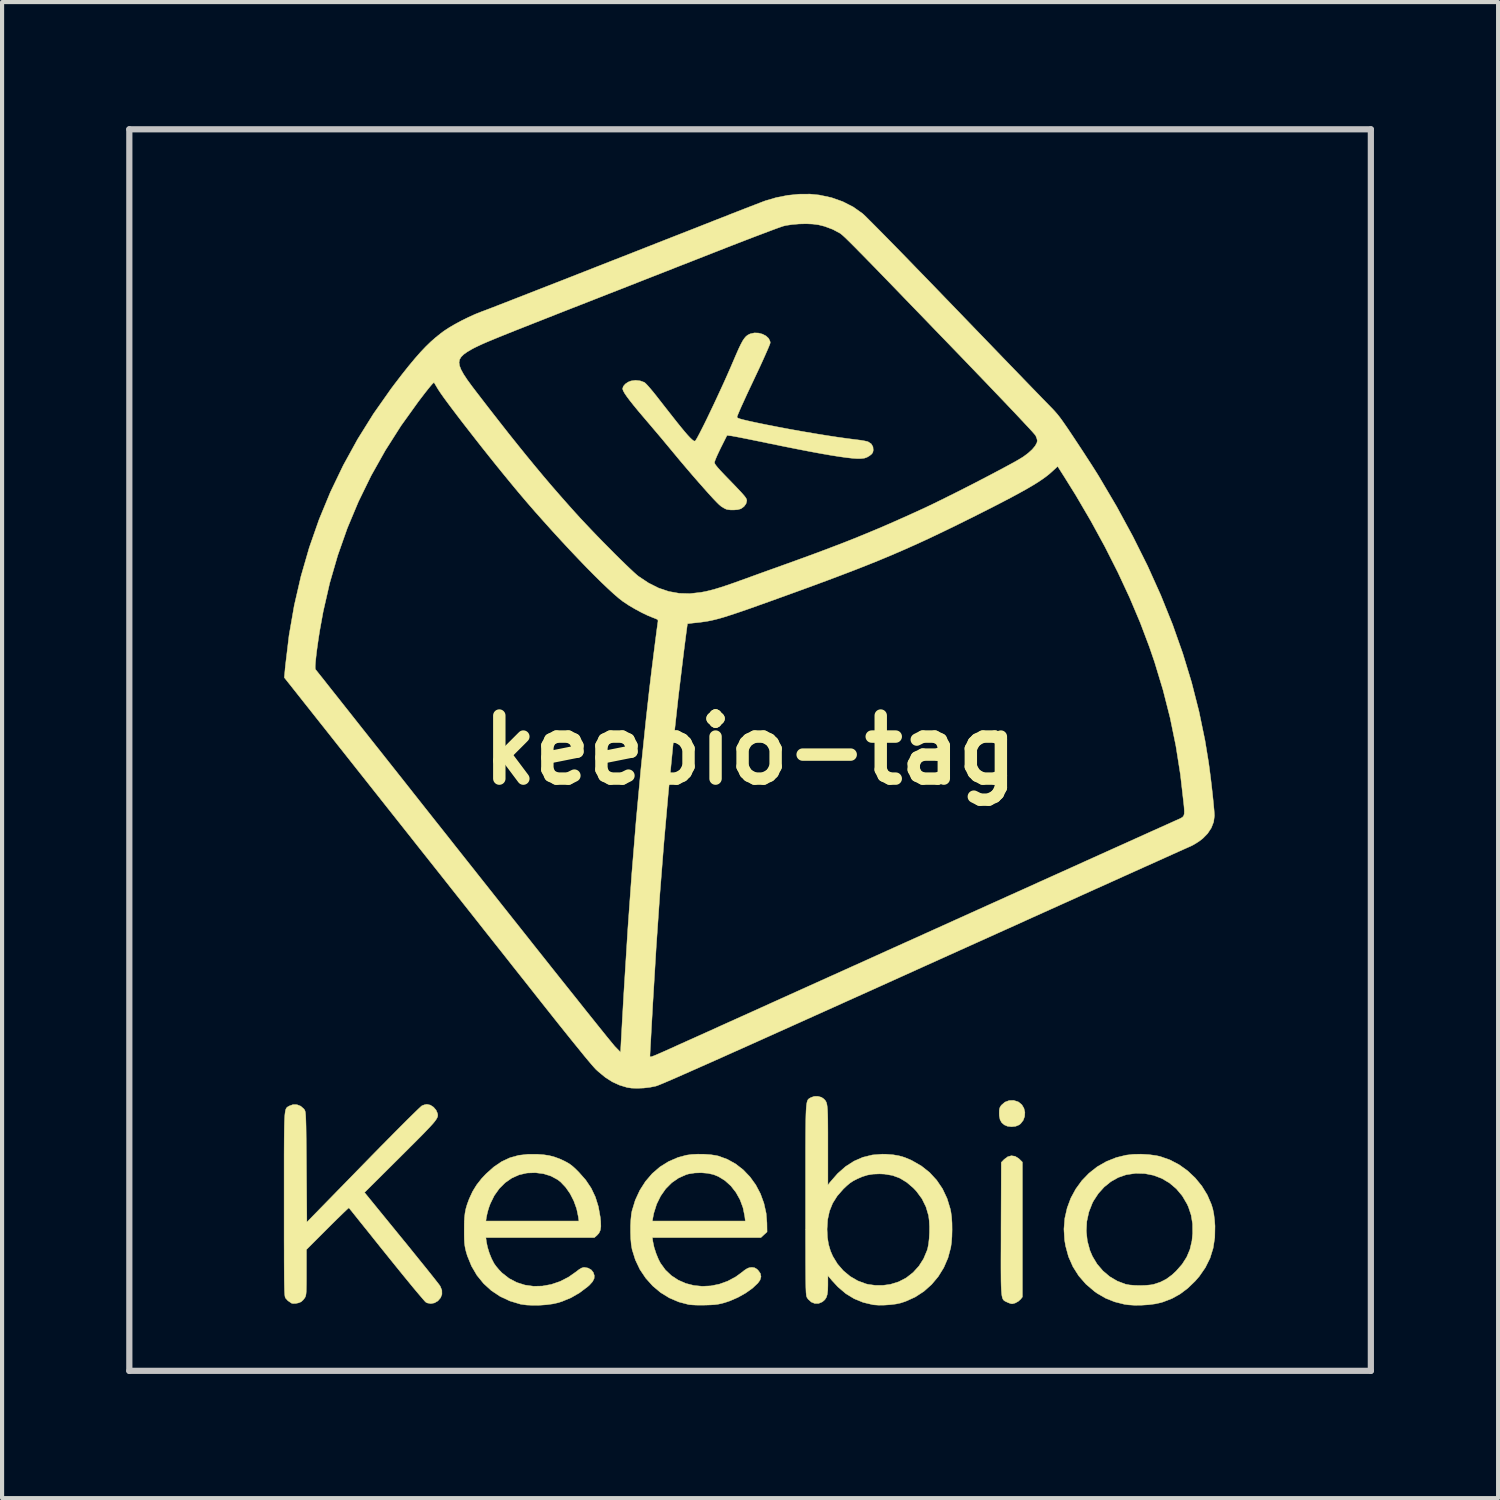
<source format=kicad_pcb>
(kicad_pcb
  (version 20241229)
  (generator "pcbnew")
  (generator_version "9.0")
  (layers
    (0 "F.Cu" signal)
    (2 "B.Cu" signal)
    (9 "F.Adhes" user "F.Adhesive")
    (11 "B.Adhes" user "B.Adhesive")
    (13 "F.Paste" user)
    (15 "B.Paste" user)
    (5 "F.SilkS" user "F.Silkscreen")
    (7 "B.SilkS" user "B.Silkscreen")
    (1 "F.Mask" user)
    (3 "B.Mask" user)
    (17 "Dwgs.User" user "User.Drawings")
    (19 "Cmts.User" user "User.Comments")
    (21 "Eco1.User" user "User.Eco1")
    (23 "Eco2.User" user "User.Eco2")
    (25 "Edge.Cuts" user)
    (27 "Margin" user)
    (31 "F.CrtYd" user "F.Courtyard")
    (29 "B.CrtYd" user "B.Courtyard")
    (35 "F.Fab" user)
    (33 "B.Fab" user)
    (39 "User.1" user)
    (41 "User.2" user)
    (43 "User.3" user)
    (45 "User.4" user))
  (footprint "keebio-tag"
    (layer "F.Cu")
    (at 15.075 15.075)
    (property "Reference" "keebio-tag" (at 0 0 0) (layer "F.SilkS") (effects (font (size 1.524 1.524) (thickness 0.3))))
    (attr through_hole)
    (fp_poly (pts (xy 6.475 8.498) (xy 6.49 8.506) (xy 6.567 8.57) (xy 6.617 8.655) (xy 6.64 8.752) (xy 6.634 8.852) (xy 6.6 8.946) (xy 6.538 9.026) (xy 6.502 9.055) (xy 6.418 9.09) (xy 6.318 9.101) (xy 6.219 9.089) (xy 6.144 9.057) (xy 6.08 9.002) (xy 6.041 8.932) (xy 6.022 8.838) (xy 6.02 8.773) (xy 6.022 8.696) (xy 6.033 8.645) (xy 6.055 8.604) (xy 6.074 8.579) (xy 6.159 8.506) (xy 6.26 8.468) (xy 6.368 8.464) (xy 6.475 8.498)) (stroke (width 0.01) (type solid)) (fill yes) (layer "F.SilkS"))
    (fp_poly (pts (xy 6.403 9.815) (xy 6.491 9.869) (xy 6.513 9.889) (xy 6.58 9.956) (xy 6.58 13.215) (xy 6.537 13.27) (xy 6.48 13.321) (xy 6.407 13.361) (xy 6.336 13.38) (xy 6.326 13.38) (xy 6.287 13.371) (xy 6.23 13.35) (xy 6.208 13.339) (xy 6.181 13.327) (xy 6.158 13.315) (xy 6.139 13.302) (xy 6.121 13.285) (xy 6.107 13.262) (xy 6.095 13.229) (xy 6.085 13.184) (xy 6.078 13.124) (xy 6.072 13.048) (xy 6.067 12.952) (xy 6.064 12.833) (xy 6.063 12.69) (xy 6.062 12.52) (xy 6.062 12.319) (xy 6.063 12.086) (xy 6.064 11.817) (xy 6.064 11.556) (xy 6.07 9.962) (xy 6.139 9.891) (xy 6.224 9.827) (xy 6.313 9.802) (xy 6.403 9.815)) (stroke (width 0.01) (type solid)) (fill yes) (layer "F.SilkS"))
    (fp_poly (pts (xy 9.639 9.775) (xy 9.82 9.8) (xy 9.91 9.82) (xy 10.144 9.902) (xy 10.366 10.018) (xy 10.571 10.165) (xy 10.757 10.34) (xy 10.917 10.536) (xy 11.049 10.751) (xy 11.148 10.981) (xy 11.182 11.094) (xy 11.205 11.209) (xy 11.223 11.35) (xy 11.234 11.5) (xy 11.229 11.777) (xy 11.189 12.035) (xy 11.114 12.277) (xy 11.002 12.503) (xy 10.854 12.717) (xy 10.753 12.833) (xy 10.574 13.005) (xy 10.392 13.142) (xy 10.197 13.251) (xy 9.98 13.335) (xy 9.926 13.351) (xy 9.793 13.381) (xy 9.634 13.402) (xy 9.463 13.413) (xy 9.293 13.415) (xy 9.138 13.405) (xy 9.047 13.392) (xy 8.808 13.332) (xy 8.593 13.246) (xy 8.392 13.13) (xy 8.32 13.079) (xy 8.114 12.903) (xy 7.941 12.704) (xy 7.801 12.483) (xy 7.694 12.241) (xy 7.623 11.979) (xy 7.6 11.84) (xy 7.587 11.627) (xy 8.124 11.627) (xy 8.149 11.86) (xy 8.211 12.088) (xy 8.271 12.23) (xy 8.384 12.418) (xy 8.525 12.583) (xy 8.69 12.723) (xy 8.873 12.831) (xy 9.069 12.905) (xy 9.08 12.908) (xy 9.174 12.925) (xy 9.295 12.935) (xy 9.428 12.938) (xy 9.559 12.934) (xy 9.677 12.923) (xy 9.751 12.91) (xy 9.914 12.856) (xy 10.059 12.782) (xy 10.197 12.68) (xy 10.292 12.592) (xy 10.44 12.424) (xy 10.551 12.25) (xy 10.629 12.064) (xy 10.677 11.858) (xy 10.694 11.679) (xy 10.692 11.449) (xy 10.658 11.238) (xy 10.591 11.038) (xy 10.56 10.97) (xy 10.444 10.772) (xy 10.301 10.602) (xy 10.135 10.461) (xy 9.95 10.351) (xy 9.75 10.275) (xy 9.538 10.233) (xy 9.318 10.227) (xy 9.094 10.26) (xy 9.085 10.262) (xy 8.897 10.327) (xy 8.719 10.427) (xy 8.556 10.558) (xy 8.414 10.716) (xy 8.297 10.895) (xy 8.273 10.94) (xy 8.186 11.162) (xy 8.136 11.392) (xy 8.124 11.627) (xy 7.587 11.627) (xy 7.584 11.573) (xy 7.605 11.313) (xy 7.662 11.063) (xy 7.75 10.826) (xy 7.87 10.605) (xy 8.017 10.403) (xy 8.191 10.223) (xy 8.388 10.068) (xy 8.608 9.942) (xy 8.847 9.846) (xy 9.084 9.788) (xy 9.255 9.768) (xy 9.446 9.764) (xy 9.639 9.775)) (stroke (width 0.01) (type solid)) (fill yes) (layer "F.SilkS"))
    (fp_poly (pts (xy -1.104 9.766) (xy -0.95 9.777) (xy -0.816 9.798) (xy -0.77 9.808) (xy -0.552 9.887) (xy -0.35 9.999) (xy -0.166 10.142) (xy -0.003 10.312) (xy 0.137 10.506) (xy 0.25 10.72) (xy 0.334 10.95) (xy 0.388 11.193) (xy 0.407 11.426) (xy 0.41 11.643) (xy 0.335 11.711) (xy 0.261 11.78) (xy -2.362 11.78) (xy -2.349 11.875) (xy -2.32 12.013) (xy -2.272 12.162) (xy -2.214 12.304) (xy -2.166 12.397) (xy -2.046 12.562) (xy -1.901 12.699) (xy -1.736 12.807) (xy -1.554 12.887) (xy -1.359 12.937) (xy -1.157 12.957) (xy -0.95 12.947) (xy -0.743 12.905) (xy -0.541 12.832) (xy -0.347 12.728) (xy -0.215 12.632) (xy -0.136 12.57) (xy -0.076 12.531) (xy -0.026 12.509) (xy 0.024 12.501) (xy 0.051 12.5) (xy 0.109 12.509) (xy 0.161 12.54) (xy 0.192 12.568) (xy 0.248 12.645) (xy 0.264 12.725) (xy 0.24 12.807) (xy 0.188 12.88) (xy 0.056 13.004) (xy -0.107 13.12) (xy -0.292 13.224) (xy -0.489 13.31) (xy -0.614 13.352) (xy -0.697 13.374) (xy -0.774 13.39) (xy -0.858 13.401) (xy -0.959 13.407) (xy -1.08 13.411) (xy -1.194 13.412) (xy -1.305 13.411) (xy -1.399 13.406) (xy -1.468 13.4) (xy -1.479 13.399) (xy -1.723 13.335) (xy -1.953 13.237) (xy -2.165 13.106) (xy -2.355 12.946) (xy -2.522 12.759) (xy -2.663 12.549) (xy -2.773 12.317) (xy -2.851 12.068) (xy -2.853 12.057) (xy -2.872 11.944) (xy -2.884 11.805) (xy -2.889 11.65) (xy -2.889 11.492) (xy -2.883 11.38) (xy -2.362 11.38) (xy -0.115 11.38) (xy -0.129 11.265) (xy -0.171 11.058) (xy -0.243 10.864) (xy -0.342 10.687) (xy -0.464 10.531) (xy -0.607 10.402) (xy -0.766 10.304) (xy -0.885 10.256) (xy -1.022 10.226) (xy -1.178 10.213) (xy -1.336 10.218) (xy -1.482 10.241) (xy -1.544 10.258) (xy -1.728 10.34) (xy -1.894 10.455) (xy -2.039 10.601) (xy -2.161 10.775) (xy -2.258 10.972) (xy -2.327 11.191) (xy -2.349 11.305) (xy -2.362 11.38) (xy -2.883 11.38) (xy -2.881 11.342) (xy -2.868 11.211) (xy -2.854 11.136) (xy -2.775 10.876) (xy -2.665 10.638) (xy -2.528 10.423) (xy -2.365 10.233) (xy -2.178 10.072) (xy -1.97 9.942) (xy -1.744 9.844) (xy -1.541 9.789) (xy -1.413 9.771) (xy -1.263 9.764) (xy -1.104 9.766)) (stroke (width 0.01) (type solid)) (fill yes) (layer "F.SilkS"))
    (fp_poly (pts (xy -5.151 9.766) (xy -4.988 9.778) (xy -4.851 9.799) (xy -4.726 9.832) (xy -4.598 9.879) (xy -4.5 9.924) (xy -4.421 9.965) (xy -4.353 10.007) (xy -4.288 10.057) (xy -4.214 10.124) (xy -4.14 10.198) (xy -3.973 10.387) (xy -3.84 10.585) (xy -3.739 10.798) (xy -3.666 11.031) (xy -3.62 11.289) (xy -3.61 11.385) (xy -3.606 11.508) (xy -3.619 11.601) (xy -3.652 11.673) (xy -3.703 11.729) (xy -3.763 11.78) (xy -6.385 11.78) (xy -6.371 11.885) (xy -6.345 12.011) (xy -6.302 12.152) (xy -6.247 12.288) (xy -6.188 12.403) (xy -6.139 12.472) (xy -6.073 12.551) (xy -6.002 12.626) (xy -5.991 12.636) (xy -5.823 12.767) (xy -5.638 12.864) (xy -5.44 12.927) (xy -5.232 12.956) (xy -5.02 12.951) (xy -4.805 12.912) (xy -4.593 12.84) (xy -4.388 12.735) (xy -4.211 12.611) (xy -4.134 12.552) (xy -4.076 12.517) (xy -4.029 12.502) (xy -4.005 12.5) (xy -3.914 12.516) (xy -3.837 12.561) (xy -3.79 12.619) (xy -3.764 12.697) (xy -3.769 12.77) (xy -3.808 12.846) (xy -3.881 12.927) (xy -3.924 12.965) (xy -4.123 13.115) (xy -4.325 13.232) (xy -4.542 13.322) (xy -4.634 13.352) (xy -4.762 13.381) (xy -4.915 13.402) (xy -5.082 13.414) (xy -5.249 13.416) (xy -5.404 13.409) (xy -5.534 13.391) (xy -5.55 13.388) (xy -5.806 13.311) (xy -6.041 13.201) (xy -6.253 13.06) (xy -6.44 12.889) (xy -6.601 12.691) (xy -6.732 12.467) (xy -6.833 12.219) (xy -6.863 12.118) (xy -6.88 12.049) (xy -6.892 11.982) (xy -6.901 11.91) (xy -6.906 11.824) (xy -6.908 11.714) (xy -6.908 11.6) (xy -6.907 11.436) (xy -6.904 11.38) (xy -6.385 11.38) (xy -4.136 11.38) (xy -4.151 11.275) (xy -4.191 11.083) (xy -4.259 10.895) (xy -4.348 10.72) (xy -4.456 10.565) (xy -4.577 10.437) (xy -4.65 10.38) (xy -4.809 10.294) (xy -4.99 10.237) (xy -5.185 10.212) (xy -5.389 10.219) (xy -5.395 10.22) (xy -5.582 10.263) (xy -5.758 10.342) (xy -5.919 10.454) (xy -6.061 10.596) (xy -6.182 10.766) (xy -6.277 10.959) (xy -6.307 11.04) (xy -6.334 11.127) (xy -6.356 11.214) (xy -6.37 11.283) (xy -6.371 11.285) (xy -6.385 11.38) (xy -6.904 11.38) (xy -6.901 11.301) (xy -6.888 11.187) (xy -6.868 11.084) (xy -6.838 10.981) (xy -6.797 10.869) (xy -6.787 10.843) (xy -6.705 10.665) (xy -6.607 10.506) (xy -6.486 10.352) (xy -6.38 10.24) (xy -6.193 10.073) (xy -6.003 9.944) (xy -5.804 9.851) (xy -5.592 9.792) (xy -5.361 9.766) (xy -5.151 9.766)) (stroke (width 0.01) (type solid)) (fill yes) (layer "F.SilkS"))
    (fp_poly (pts (xy -7.726 8.578) (xy -7.649 8.628) (xy -7.588 8.699) (xy -7.555 8.775) (xy -7.549 8.802) (xy -7.547 8.828) (xy -7.551 8.855) (xy -7.563 8.886) (xy -7.585 8.924) (xy -7.618 8.97) (xy -7.664 9.026) (xy -7.727 9.095) (xy -7.807 9.18) (xy -7.906 9.283) (xy -8.027 9.405) (xy -8.171 9.549) (xy -8.34 9.718) (xy -8.45 9.828) (xy -9.317 10.69) (xy -8.428 11.78) (xy -8.278 11.963) (xy -8.136 12.139) (xy -8.002 12.305) (xy -7.878 12.458) (xy -7.768 12.595) (xy -7.673 12.714) (xy -7.595 12.813) (xy -7.537 12.887) (xy -7.5 12.936) (xy -7.489 12.952) (xy -7.448 13.052) (xy -7.446 13.149) (xy -7.479 13.234) (xy -7.544 13.31) (xy -7.626 13.358) (xy -7.714 13.375) (xy -7.801 13.359) (xy -7.833 13.343) (xy -7.856 13.321) (xy -7.901 13.27) (xy -7.967 13.193) (xy -8.052 13.093) (xy -8.153 12.972) (xy -8.267 12.833) (xy -8.394 12.678) (xy -8.531 12.509) (xy -8.675 12.331) (xy -8.791 12.187) (xy -8.939 12.003) (xy -9.079 11.828) (xy -9.209 11.665) (xy -9.329 11.516) (xy -9.435 11.384) (xy -9.525 11.271) (xy -9.598 11.18) (xy -9.652 11.113) (xy -9.685 11.072) (xy -9.694 11.061) (xy -9.709 11.072) (xy -9.75 11.109) (xy -9.812 11.168) (xy -9.892 11.246) (xy -9.989 11.34) (xy -10.097 11.447) (xy -10.211 11.561) (xy -10.72 12.07) (xy -10.72 12.62) (xy -10.72 12.784) (xy -10.721 12.913) (xy -10.723 13.012) (xy -10.725 13.085) (xy -10.73 13.139) (xy -10.736 13.177) (xy -10.744 13.204) (xy -10.755 13.226) (xy -10.759 13.234) (xy -10.8 13.287) (xy -10.846 13.329) (xy -10.848 13.331) (xy -10.907 13.356) (xy -10.978 13.371) (xy -11.045 13.373) (xy -11.081 13.365) (xy -11.17 13.304) (xy -11.226 13.241) (xy -11.231 13.231) (xy -11.236 13.216) (xy -11.24 13.194) (xy -11.244 13.164) (xy -11.247 13.121) (xy -11.25 13.065) (xy -11.252 12.993) (xy -11.254 12.903) (xy -11.256 12.793) (xy -11.257 12.66) (xy -11.258 12.502) (xy -11.259 12.317) (xy -11.259 12.103) (xy -11.26 11.857) (xy -11.26 11.577) (xy -11.26 11.262) (xy -11.26 10.975) (xy -11.26 10.622) (xy -11.26 10.308) (xy -11.26 10.03) (xy -11.26 9.784) (xy -11.259 9.57) (xy -11.258 9.385) (xy -11.256 9.226) (xy -11.254 9.093) (xy -11.251 8.981) (xy -11.247 8.889) (xy -11.242 8.816) (xy -11.235 8.758) (xy -11.228 8.714) (xy -11.219 8.681) (xy -11.208 8.657) (xy -11.196 8.64) (xy -11.182 8.627) (xy -11.166 8.617) (xy -11.149 8.608) (xy -11.134 8.599) (xy -11.044 8.566) (xy -10.95 8.568) (xy -10.86 8.603) (xy -10.785 8.668) (xy -10.766 8.693) (xy -10.759 8.706) (xy -10.753 8.724) (xy -10.747 8.749) (xy -10.743 8.784) (xy -10.739 8.832) (xy -10.736 8.897) (xy -10.733 8.981) (xy -10.73 9.087) (xy -10.728 9.218) (xy -10.726 9.377) (xy -10.724 9.567) (xy -10.722 9.791) (xy -10.72 10.052) (xy -10.72 10.078) (xy -10.71 11.407) (xy -9.352 10.016) (xy -9.144 9.803) (xy -8.947 9.602) (xy -8.761 9.414) (xy -8.59 9.241) (xy -8.435 9.085) (xy -8.297 8.947) (xy -8.177 8.829) (xy -8.079 8.733) (xy -8.003 8.66) (xy -7.952 8.613) (xy -7.927 8.592) (xy -7.926 8.592) (xy -7.866 8.57) (xy -7.812 8.56) (xy -7.808 8.56) (xy -7.726 8.578)) (stroke (width 0.01) (type solid)) (fill yes) (layer "F.SilkS"))
    (fp_poly (pts (xy 1.722 8.389) (xy 1.773 8.422) (xy 1.797 8.445) (xy 1.817 8.467) (xy 1.833 8.493) (xy 1.847 8.525) (xy 1.857 8.568) (xy 1.865 8.625) (xy 1.871 8.699) (xy 1.875 8.794) (xy 1.878 8.914) (xy 1.879 9.061) (xy 1.88 9.241) (xy 1.88 9.455) (xy 1.88 9.554) (xy 1.88 10.51) (xy 1.934 10.44) (xy 2.115 10.233) (xy 2.306 10.064) (xy 2.51 9.933) (xy 2.725 9.839) (xy 2.954 9.783) (xy 3.197 9.764) (xy 3.29 9.766) (xy 3.457 9.779) (xy 3.601 9.804) (xy 3.735 9.843) (xy 3.875 9.901) (xy 3.91 9.918) (xy 4.137 10.048) (xy 4.338 10.207) (xy 4.509 10.393) (xy 4.651 10.603) (xy 4.761 10.837) (xy 4.839 11.092) (xy 4.852 11.157) (xy 4.869 11.279) (xy 4.879 11.429) (xy 4.881 11.591) (xy 4.877 11.754) (xy 4.866 11.903) (xy 4.849 12.02) (xy 4.782 12.271) (xy 4.68 12.506) (xy 4.547 12.721) (xy 4.386 12.913) (xy 4.2 13.079) (xy 3.99 13.216) (xy 3.76 13.32) (xy 3.639 13.36) (xy 3.528 13.384) (xy 3.393 13.401) (xy 3.249 13.411) (xy 3.111 13.413) (xy 2.994 13.405) (xy 2.97 13.402) (xy 2.733 13.346) (xy 2.515 13.257) (xy 2.312 13.133) (xy 2.123 12.972) (xy 1.977 12.814) (xy 1.88 12.698) (xy 1.88 12.924) (xy 1.877 13.053) (xy 1.865 13.151) (xy 1.843 13.223) (xy 1.808 13.278) (xy 1.757 13.324) (xy 1.742 13.335) (xy 1.654 13.372) (xy 1.564 13.372) (xy 1.478 13.337) (xy 1.404 13.27) (xy 1.38 13.235) (xy 1.374 13.224) (xy 1.368 13.212) (xy 1.364 13.195) (xy 1.359 13.173) (xy 1.356 13.141) (xy 1.352 13.1) (xy 1.35 13.045) (xy 1.347 12.975) (xy 1.346 12.888) (xy 1.344 12.781) (xy 1.343 12.652) (xy 1.342 12.5) (xy 1.341 12.321) (xy 1.341 12.114) (xy 1.34 11.876) (xy 1.34 11.606) (xy 1.34 11.577) (xy 1.86 11.577) (xy 1.86 11.578) (xy 1.869 11.774) (xy 1.896 11.945) (xy 1.943 12.103) (xy 1.998 12.23) (xy 2.111 12.416) (xy 2.253 12.58) (xy 2.419 12.718) (xy 2.603 12.825) (xy 2.801 12.898) (xy 2.85 12.91) (xy 3.024 12.934) (xy 3.211 12.934) (xy 3.39 12.91) (xy 3.59 12.848) (xy 3.774 12.752) (xy 3.938 12.624) (xy 4.079 12.469) (xy 4.193 12.29) (xy 4.277 12.09) (xy 4.292 12.04) (xy 4.312 11.937) (xy 4.327 11.807) (xy 4.335 11.662) (xy 4.336 11.515) (xy 4.329 11.378) (xy 4.315 11.264) (xy 4.313 11.25) (xy 4.25 11.037) (xy 4.154 10.842) (xy 4.021 10.662) (xy 3.952 10.588) (xy 3.79 10.448) (xy 3.622 10.345) (xy 3.443 10.278) (xy 3.247 10.245) (xy 3.127 10.24) (xy 2.973 10.246) (xy 2.839 10.268) (xy 2.709 10.308) (xy 2.584 10.363) (xy 2.493 10.41) (xy 2.414 10.462) (xy 2.335 10.528) (xy 2.253 10.606) (xy 2.106 10.774) (xy 1.995 10.95) (xy 1.919 11.139) (xy 1.874 11.347) (xy 1.86 11.577) (xy 1.34 11.577) (xy 1.34 11.3) (xy 1.34 10.957) (xy 1.34 10.873) (xy 1.34 10.513) (xy 1.34 10.191) (xy 1.34 9.905) (xy 1.34 9.652) (xy 1.341 9.431) (xy 1.342 9.238) (xy 1.344 9.073) (xy 1.346 8.933) (xy 1.349 8.815) (xy 1.353 8.718) (xy 1.358 8.639) (xy 1.364 8.576) (xy 1.371 8.528) (xy 1.38 8.491) (xy 1.39 8.464) (xy 1.401 8.444) (xy 1.415 8.43) (xy 1.43 8.419) (xy 1.447 8.409) (xy 1.466 8.398) (xy 1.468 8.397) (xy 1.547 8.368) (xy 1.637 8.366) (xy 1.722 8.389)) (stroke (width 0.01) (type solid)) (fill yes) (layer "F.SilkS"))
    (fp_poly (pts (xy 0.206 -10.077) (xy 0.301 -10.051) (xy 0.385 -10.007) (xy 0.448 -9.948) (xy 0.482 -9.878) (xy 0.487 -9.841) (xy 0.478 -9.811) (xy 0.454 -9.75) (xy 0.415 -9.659) (xy 0.364 -9.543) (xy 0.302 -9.405) (xy 0.231 -9.25) (xy 0.151 -9.08) (xy 0.082 -8.933) (xy 0.000041 -8.76) (xy -0.076 -8.598) (xy -0.144 -8.449) (xy -0.204 -8.318) (xy -0.252 -8.209) (xy -0.288 -8.124) (xy -0.31 -8.069) (xy -0.316 -8.046) (xy -0.308 -8.033) (xy -0.285 -8.019) (xy -0.243 -8.004) (xy -0.177 -7.986) (xy -0.083 -7.963) (xy 0.043 -7.935) (xy 0.13 -7.916) (xy 0.393 -7.862) (xy 0.674 -7.807) (xy 0.967 -7.752) (xy 1.264 -7.699) (xy 1.558 -7.649) (xy 1.842 -7.603) (xy 2.109 -7.562) (xy 2.352 -7.528) (xy 2.563 -7.501) (xy 2.58 -7.499) (xy 2.675 -7.487) (xy 2.761 -7.472) (xy 2.827 -7.458) (xy 2.853 -7.449) (xy 2.927 -7.4) (xy 2.969 -7.328) (xy 2.976 -7.247) (xy 2.966 -7.196) (xy 2.941 -7.157) (xy 2.89 -7.115) (xy 2.884 -7.111) (xy 2.825 -7.076) (xy 2.766 -7.055) (xy 2.688 -7.045) (xy 2.664 -7.044) (xy 2.58 -7.044) (xy 2.468 -7.052) (xy 2.326 -7.068) (xy 2.154 -7.092) (xy 1.951 -7.124) (xy 1.715 -7.165) (xy 1.445 -7.215) (xy 1.14 -7.274) (xy 0.799 -7.342) (xy 0.421 -7.419) (xy 0.27 -7.451) (xy 0.111 -7.483) (xy -0.04 -7.514) (xy -0.176 -7.541) (xy -0.293 -7.564) (xy -0.385 -7.581) (xy -0.446 -7.592) (xy -0.464 -7.594) (xy -0.557 -7.605) (xy -0.709 -7.303) (xy -0.759 -7.199) (xy -0.803 -7.104) (xy -0.836 -7.025) (xy -0.856 -6.97) (xy -0.86 -6.949) (xy -0.853 -6.923) (xy -0.83 -6.886) (xy -0.789 -6.834) (xy -0.726 -6.763) (xy -0.638 -6.67) (xy -0.565 -6.594) (xy -0.435 -6.46) (xy -0.331 -6.352) (xy -0.249 -6.265) (xy -0.187 -6.198) (xy -0.142 -6.146) (xy -0.112 -6.107) (xy -0.093 -6.077) (xy -0.084 -6.053) (xy -0.08 -6.032) (xy -0.08 -6.024) (xy -0.098 -5.953) (xy -0.147 -5.886) (xy -0.216 -5.835) (xy -0.233 -5.828) (xy -0.301 -5.81) (xy -0.389 -5.803) (xy -0.481 -5.804) (xy -0.558 -5.815) (xy -0.58 -5.822) (xy -0.629 -5.846) (xy -0.688 -5.882) (xy -0.703 -5.893) (xy -0.745 -5.928) (xy -0.809 -5.991) (xy -0.894 -6.08) (xy -0.997 -6.192) (xy -1.114 -6.324) (xy -1.245 -6.472) (xy -1.387 -6.635) (xy -1.536 -6.809) (xy -1.691 -6.992) (xy -1.848 -7.181) (xy -1.98 -7.34) (xy -2.046 -7.419) (xy -2.131 -7.522) (xy -2.232 -7.641) (xy -2.34 -7.768) (xy -2.45 -7.898) (xy -2.537 -8) (xy -2.685 -8.174) (xy -2.807 -8.322) (xy -2.904 -8.444) (xy -2.979 -8.544) (xy -3.032 -8.622) (xy -3.065 -8.682) (xy -3.079 -8.725) (xy -3.08 -8.736) (xy -3.062 -8.791) (xy -3.015 -8.846) (xy -2.948 -8.892) (xy -2.878 -8.92) (xy -2.768 -8.935) (xy -2.654 -8.922) (xy -2.555 -8.886) (xy -2.552 -8.884) (xy -2.522 -8.858) (xy -2.472 -8.806) (xy -2.407 -8.731) (xy -2.331 -8.64) (xy -2.249 -8.537) (xy -2.204 -8.479) (xy -2.037 -8.265) (xy -1.893 -8.082) (xy -1.77 -7.926) (xy -1.666 -7.797) (xy -1.579 -7.692) (xy -1.508 -7.61) (xy -1.45 -7.548) (xy -1.405 -7.505) (xy -1.371 -7.478) (xy -1.346 -7.467) (xy -1.33 -7.467) (xy -1.312 -7.489) (xy -1.279 -7.543) (xy -1.234 -7.627) (xy -1.178 -7.736) (xy -1.112 -7.866) (xy -1.039 -8.015) (xy -0.961 -8.178) (xy -0.878 -8.352) (xy -0.794 -8.532) (xy -0.709 -8.716) (xy -0.625 -8.899) (xy -0.545 -9.078) (xy -0.47 -9.249) (xy -0.403 -9.405) (xy -0.331 -9.573) (xy -0.271 -9.708) (xy -0.22 -9.813) (xy -0.176 -9.894) (xy -0.135 -9.954) (xy -0.097 -9.997) (xy -0.057 -10.028) (xy -0.013 -10.051) (xy 0.006 -10.059) (xy 0.105 -10.081) (xy 0.206 -10.077)) (stroke (width 0.01) (type solid)) (fill yes) (layer "F.SilkS"))
    (fp_poly (pts (xy 1.67 -13.413) (xy 1.966 -13.35) (xy 2.24 -13.253) (xy 2.491 -13.125) (xy 2.717 -12.965) (xy 2.75 -12.935) (xy 2.809 -12.878) (xy 2.892 -12.795) (xy 2.998 -12.689) (xy 3.125 -12.561) (xy 3.271 -12.413) (xy 3.435 -12.246) (xy 3.615 -12.062) (xy 3.809 -11.863) (xy 4.015 -11.65) (xy 4.233 -11.426) (xy 4.46 -11.192) (xy 4.694 -10.949) (xy 4.935 -10.7) (xy 4.964 -10.67) (xy 5.206 -10.419) (xy 5.443 -10.173) (xy 5.673 -9.935) (xy 5.894 -9.706) (xy 6.105 -9.487) (xy 6.304 -9.281) (xy 6.489 -9.09) (xy 6.658 -8.915) (xy 6.81 -8.758) (xy 6.944 -8.62) (xy 7.056 -8.504) (xy 7.146 -8.412) (xy 7.212 -8.344) (xy 7.252 -8.303) (xy 7.254 -8.301) (xy 7.314 -8.24) (xy 7.368 -8.181) (xy 7.421 -8.12) (xy 7.476 -8.051) (xy 7.536 -7.97) (xy 7.604 -7.873) (xy 7.686 -7.754) (xy 7.783 -7.609) (xy 7.848 -7.511) (xy 7.949 -7.358) (xy 8.053 -7.2) (xy 8.154 -7.044) (xy 8.249 -6.898) (xy 8.332 -6.767) (xy 8.4 -6.659) (xy 8.424 -6.62) (xy 8.856 -5.888) (xy 9.249 -5.164) (xy 9.606 -4.449) (xy 9.925 -3.74) (xy 10.209 -3.035) (xy 10.456 -2.334) (xy 10.669 -1.635) (xy 10.847 -0.935) (xy 10.992 -0.235) (xy 11.078 0.29) (xy 11.096 0.42) (xy 11.115 0.567) (xy 11.135 0.725) (xy 11.154 0.887) (xy 11.172 1.047) (xy 11.188 1.199) (xy 11.201 1.336) (xy 11.212 1.452) (xy 11.218 1.54) (xy 11.22 1.589) (xy 11.201 1.736) (xy 11.145 1.88) (xy 11.056 2.016) (xy 10.937 2.137) (xy 10.845 2.207) (xy 10.773 2.253) (xy 10.707 2.292) (xy 10.66 2.316) (xy 10.653 2.319) (xy 10.631 2.329) (xy 10.574 2.354) (xy 10.483 2.395) (xy 10.359 2.45) (xy 10.204 2.52) (xy 10.02 2.603) (xy 9.807 2.699) (xy 9.566 2.807) (xy 9.3 2.927) (xy 9.009 3.058) (xy 8.695 3.2) (xy 8.359 3.351) (xy 8.003 3.512) (xy 7.627 3.682) (xy 7.234 3.859) (xy 6.823 4.044) (xy 6.398 4.237) (xy 5.958 4.435) (xy 5.506 4.639) (xy 5.042 4.848) (xy 4.568 5.062) (xy 4.244 5.208) (xy 3.629 5.486) (xy 3.05 5.748) (xy 2.505 5.993) (xy 1.995 6.223) (xy 1.517 6.438) (xy 1.073 6.638) (xy 0.659 6.824) (xy 0.277 6.996) (xy -0.075 7.154) (xy -0.398 7.298) (xy -0.692 7.43) (xy -0.959 7.549) (xy -1.198 7.655) (xy -1.412 7.75) (xy -1.6 7.833) (xy -1.763 7.905) (xy -1.903 7.966) (xy -2.02 8.016) (xy -2.114 8.056) (xy -2.187 8.086) (xy -2.24 8.107) (xy -2.272 8.118) (xy -2.279 8.12) (xy -2.419 8.148) (xy -2.572 8.166) (xy -2.724 8.172) (xy -2.862 8.168) (xy -2.97 8.152) (xy -3.155 8.096) (xy -3.328 8.017) (xy -3.496 7.91) (xy -3.666 7.77) (xy -3.724 7.717) (xy -3.765 7.673) (xy -3.83 7.599) (xy -3.918 7.495) (xy -4.001 7.395) (xy -2.42 7.395) (xy -2.419 7.405) (xy -2.413 7.411) (xy -2.398 7.412) (xy -2.372 7.405) (xy -2.329 7.389) (xy -2.267 7.364) (xy -2.182 7.327) (xy -2.069 7.277) (xy -1.926 7.213) (xy -1.83 7.17) (xy -1.772 7.143) (xy -1.679 7.101) (xy -1.552 7.044) (xy -1.394 6.973) (xy -1.205 6.888) (xy -0.987 6.79) (xy -0.743 6.679) (xy -0.472 6.557) (xy -0.177 6.424) (xy 0.14 6.281) (xy 0.478 6.128) (xy 0.836 5.966) (xy 1.213 5.796) (xy 1.605 5.619) (xy 2.013 5.435) (xy 2.434 5.245) (xy 2.867 5.05) (xy 3.31 4.849) (xy 3.763 4.645) (xy 4.222 4.438) (xy 4.45 4.335) (xy 4.908 4.128) (xy 5.357 3.925) (xy 5.796 3.727) (xy 6.223 3.534) (xy 6.637 3.348) (xy 7.036 3.167) (xy 7.42 2.994) (xy 7.786 2.829) (xy 8.133 2.672) (xy 8.461 2.524) (xy 8.767 2.386) (xy 9.05 2.259) (xy 9.308 2.142) (xy 9.541 2.037) (xy 9.747 1.944) (xy 9.925 1.864) (xy 10.072 1.798) (xy 10.188 1.746) (xy 10.271 1.708) (xy 10.321 1.686) (xy 10.334 1.681) (xy 10.401 1.65) (xy 10.448 1.622) (xy 10.477 1.588) (xy 10.491 1.541) (xy 10.493 1.474) (xy 10.487 1.378) (xy 10.481 1.316) (xy 10.399 0.596) (xy 10.289 -0.101) (xy 10.149 -0.782) (xy 9.978 -1.454) (xy 9.775 -2.124) (xy 9.648 -2.495) (xy 9.427 -3.08) (xy 9.173 -3.681) (xy 8.888 -4.293) (xy 8.575 -4.912) (xy 8.235 -5.535) (xy 7.871 -6.157) (xy 7.593 -6.603) (xy 7.432 -6.856) (xy 7.297 -6.731) (xy 7.227 -6.669) (xy 7.147 -6.606) (xy 7.055 -6.54) (xy 6.95 -6.47) (xy 6.827 -6.394) (xy 6.685 -6.311) (xy 6.521 -6.22) (xy 6.333 -6.118) (xy 6.118 -6.005) (xy 5.874 -5.879) (xy 5.598 -5.739) (xy 5.333 -5.606) (xy 5.03 -5.456) (xy 4.743 -5.316) (xy 4.468 -5.184) (xy 4.2 -5.058) (xy 3.936 -4.938) (xy 3.672 -4.821) (xy 3.405 -4.706) (xy 3.129 -4.591) (xy 2.842 -4.475) (xy 2.54 -4.356) (xy 2.218 -4.233) (xy 1.873 -4.103) (xy 1.5 -3.965) (xy 1.097 -3.818) (xy 0.74 -3.689) (xy 0.457 -3.587) (xy 0.207 -3.498) (xy -0.011 -3.42) (xy -0.201 -3.354) (xy -0.367 -3.298) (xy -0.511 -3.251) (xy -0.637 -3.211) (xy -0.748 -3.179) (xy -0.848 -3.153) (xy -0.939 -3.132) (xy -1.024 -3.115) (xy -1.108 -3.102) (xy -1.193 -3.09) (xy -1.282 -3.08) (xy -1.29 -3.079) (xy -1.379 -3.07) (xy -1.451 -3.061) (xy -1.498 -3.055) (xy -1.513 -3.053) (xy -1.516 -3.033) (xy -1.524 -2.978) (xy -1.535 -2.893) (xy -1.55 -2.783) (xy -1.567 -2.651) (xy -1.586 -2.504) (xy -1.598 -2.41) (xy -1.734 -1.291) (xy -1.86 -0.143) (xy -1.976 1.034) (xy -2.083 2.244) (xy -2.181 3.487) (xy -2.269 4.765) (xy -2.348 6.081) (xy -2.349 6.09) (xy -2.364 6.367) (xy -2.378 6.605) (xy -2.389 6.808) (xy -2.398 6.977) (xy -2.406 7.114) (xy -2.412 7.222) (xy -2.416 7.302) (xy -2.419 7.357) (xy -2.42 7.387) (xy -2.42 7.395) (xy -4.001 7.395) (xy -4.027 7.363) (xy -4.157 7.203) (xy -4.307 7.018) (xy -4.476 6.808) (xy -4.663 6.574) (xy -4.867 6.317) (xy -5.055 6.08) (xy -5.191 5.908) (xy -5.35 5.706) (xy -5.53 5.479) (xy -5.729 5.228) (xy -5.944 4.955) (xy -6.174 4.665) (xy -6.417 4.358) (xy -6.67 4.037) (xy -6.932 3.706) (xy -7.201 3.367) (xy -7.474 3.021) (xy -7.75 2.673) (xy -8.027 2.324) (xy -8.301 1.977) (xy -8.573 1.634) (xy -8.744 1.418) (xy -11.255 -1.753) (xy -11.229 -2.032) (xy -10.508 -2.032) (xy -10.508 -1.974) (xy -10.503 -1.953) (xy -10.488 -1.933) (xy -10.45 -1.885) (xy -10.392 -1.812) (xy -10.315 -1.716) (xy -10.224 -1.6) (xy -10.119 -1.467) (xy -10.003 -1.321) (xy -9.878 -1.163) (xy -9.797 -1.06) (xy -9.718 -0.961) (xy -9.616 -0.832) (xy -9.493 -0.676) (xy -9.349 -0.494) (xy -9.186 -0.288) (xy -9.005 -0.06) (xy -8.809 0.188) (xy -8.598 0.454) (xy -8.374 0.737) (xy -8.139 1.035) (xy -7.894 1.345) (xy -7.64 1.666) (xy -7.378 1.996) (xy -7.112 2.333) (xy -6.841 2.675) (xy -6.567 3.021) (xy -6.292 3.368) (xy -6.251 3.42) (xy -5.985 3.756) (xy -5.724 4.085) (xy -5.47 4.405) (xy -5.224 4.716) (xy -4.987 5.014) (xy -4.761 5.299) (xy -4.545 5.57) (xy -4.342 5.824) (xy -4.153 6.061) (xy -3.979 6.28) (xy -3.821 6.477) (xy -3.68 6.653) (xy -3.557 6.806) (xy -3.454 6.934) (xy -3.371 7.035) (xy -3.31 7.109) (xy -3.273 7.154) (xy -3.262 7.166) (xy -3.13 7.301) (xy -3.115 7.006) (xy -3.11 6.926) (xy -3.104 6.812) (xy -3.096 6.669) (xy -3.087 6.501) (xy -3.076 6.315) (xy -3.065 6.115) (xy -3.053 5.907) (xy -3.04 5.696) (xy -3.039 5.68) (xy -2.954 4.317) (xy -2.859 2.993) (xy -2.754 1.708) (xy -2.639 0.461) (xy -2.514 -0.747) (xy -2.431 -1.49) (xy -2.414 -1.628) (xy -2.396 -1.782) (xy -2.376 -1.948) (xy -2.354 -2.12) (xy -2.333 -2.293) (xy -2.311 -2.463) (xy -2.291 -2.622) (xy -2.272 -2.768) (xy -2.256 -2.893) (xy -2.242 -2.993) (xy -2.233 -3.062) (xy -2.228 -3.092) (xy -2.224 -3.125) (xy -2.232 -3.148) (xy -2.259 -3.166) (xy -2.314 -3.188) (xy -2.343 -3.199) (xy -2.473 -3.252) (xy -2.622 -3.324) (xy -2.778 -3.408) (xy -2.93 -3.497) (xy -3.065 -3.587) (xy -3.076 -3.594) (xy -3.173 -3.67) (xy -3.294 -3.774) (xy -3.434 -3.903) (xy -3.593 -4.054) (xy -3.767 -4.226) (xy -3.954 -4.415) (xy -4.15 -4.619) (xy -4.355 -4.835) (xy -4.564 -5.06) (xy -4.776 -5.291) (xy -4.988 -5.527) (xy -5.198 -5.763) (xy -5.402 -5.998) (xy -5.598 -6.229) (xy -5.682 -6.33) (xy -5.833 -6.513) (xy -5.991 -6.706) (xy -6.153 -6.906) (xy -6.317 -7.111) (xy -6.48 -7.316) (xy -6.64 -7.52) (xy -6.795 -7.719) (xy -6.943 -7.909) (xy -7.08 -8.088) (xy -7.205 -8.253) (xy -7.315 -8.4) (xy -7.408 -8.527) (xy -7.481 -8.631) (xy -7.532 -8.708) (xy -7.546 -8.73) (xy -7.585 -8.796) (xy -7.616 -8.848) (xy -7.634 -8.877) (xy -7.636 -8.88) (xy -7.648 -8.876) (xy -7.676 -8.85) (xy -7.72 -8.8) (xy -7.783 -8.723) (xy -7.865 -8.619) (xy -7.968 -8.484) (xy -8.019 -8.417) (xy -8.436 -7.836) (xy -8.815 -7.24) (xy -9.158 -6.629) (xy -9.464 -6.003) (xy -9.733 -5.361) (xy -9.964 -4.705) (xy -10.159 -4.033) (xy -10.316 -3.346) (xy -10.398 -2.895) (xy -10.427 -2.712) (xy -10.452 -2.539) (xy -10.474 -2.38) (xy -10.49 -2.24) (xy -10.502 -2.122) (xy -10.508 -2.032) (xy -11.229 -2.032) (xy -11.228 -2.042) (xy -11.14 -2.775) (xy -11.015 -3.495) (xy -10.852 -4.202) (xy -10.652 -4.894) (xy -10.415 -5.572) (xy -10.141 -6.235) (xy -9.83 -6.882) (xy -9.483 -7.513) (xy -9.1 -8.127) (xy -8.68 -8.724) (xy -8.593 -8.84) (xy -8.413 -9.075) (xy -8.25 -9.28) (xy -8.177 -9.367) (xy -7.032 -9.367) (xy -7.02 -9.287) (xy -6.984 -9.193) (xy -6.923 -9.082) (xy -6.836 -8.95) (xy -6.723 -8.795) (xy -6.614 -8.652) (xy -6.337 -8.292) (xy -6.079 -7.961) (xy -5.839 -7.655) (xy -5.612 -7.371) (xy -5.397 -7.105) (xy -5.19 -6.853) (xy -4.988 -6.611) (xy -4.788 -6.376) (xy -4.587 -6.145) (xy -4.382 -5.913) (xy -4.217 -5.729) (xy -4.107 -5.608) (xy -3.982 -5.475) (xy -3.847 -5.332) (xy -3.705 -5.184) (xy -3.559 -5.034) (xy -3.412 -4.886) (xy -3.27 -4.742) (xy -3.134 -4.608) (xy -3.009 -4.486) (xy -2.898 -4.38) (xy -2.805 -4.293) (xy -2.733 -4.229) (xy -2.696 -4.199) (xy -2.454 -4.038) (xy -2.211 -3.916) (xy -1.965 -3.833) (xy -1.713 -3.788) (xy -1.454 -3.781) (xy -1.189 -3.811) (xy -1.077 -3.832) (xy -0.963 -3.859) (xy -0.839 -3.893) (xy -0.701 -3.935) (xy -0.541 -3.988) (xy -0.354 -4.053) (xy -0.22 -4.102) (xy -0.096 -4.146) (xy 0.057 -4.202) (xy 0.231 -4.265) (xy 0.419 -4.333) (xy 0.613 -4.402) (xy 0.804 -4.471) (xy 0.93 -4.516) (xy 1.305 -4.652) (xy 1.648 -4.778) (xy 1.965 -4.898) (xy 2.263 -5.012) (xy 2.548 -5.125) (xy 2.826 -5.239) (xy 3.104 -5.355) (xy 3.387 -5.477) (xy 3.682 -5.608) (xy 3.995 -5.749) (xy 4.13 -5.811) (xy 4.27 -5.876) (xy 4.431 -5.953) (xy 4.609 -6.04) (xy 4.8 -6.135) (xy 5.001 -6.235) (xy 5.206 -6.339) (xy 5.412 -6.444) (xy 5.614 -6.549) (xy 5.81 -6.651) (xy 5.993 -6.748) (xy 6.162 -6.838) (xy 6.311 -6.919) (xy 6.436 -6.988) (xy 6.533 -7.045) (xy 6.599 -7.086) (xy 6.6 -7.086) (xy 6.719 -7.175) (xy 6.817 -7.264) (xy 6.888 -7.349) (xy 6.93 -7.425) (xy 6.94 -7.474) (xy 6.931 -7.522) (xy 6.908 -7.582) (xy 6.9 -7.6) (xy 6.881 -7.624) (xy 6.836 -7.676) (xy 6.766 -7.753) (xy 6.672 -7.854) (xy 6.557 -7.977) (xy 6.422 -8.121) (xy 6.268 -8.283) (xy 6.097 -8.463) (xy 5.91 -8.658) (xy 5.71 -8.868) (xy 5.497 -9.089) (xy 5.273 -9.322) (xy 5.137 -9.464) (xy 4.804 -9.809) (xy 4.497 -10.126) (xy 4.216 -10.418) (xy 3.959 -10.683) (xy 3.725 -10.925) (xy 3.514 -11.144) (xy 3.323 -11.341) (xy 3.152 -11.517) (xy 2.999 -11.675) (xy 2.864 -11.813) (xy 2.745 -11.935) (xy 2.64 -12.041) (xy 2.55 -12.133) (xy 2.473 -12.21) (xy 2.407 -12.276) (xy 2.352 -12.33) (xy 2.306 -12.375) (xy 2.268 -12.41) (xy 2.237 -12.438) (xy 2.211 -12.46) (xy 2.191 -12.476) (xy 2.174 -12.488) (xy 2.168 -12.492) (xy 1.997 -12.583) (xy 1.801 -12.656) (xy 1.653 -12.693) (xy 1.517 -12.711) (xy 1.357 -12.718) (xy 1.186 -12.714) (xy 1.018 -12.7) (xy 0.866 -12.677) (xy 0.808 -12.663) (xy 0.765 -12.649) (xy 0.687 -12.622) (xy 0.578 -12.582) (xy 0.442 -12.531) (xy 0.281 -12.47) (xy 0.098 -12.401) (xy -0.102 -12.324) (xy -0.317 -12.241) (xy -0.544 -12.153) (xy -0.78 -12.06) (xy -0.862 -12.028) (xy -1.112 -11.93) (xy -1.394 -11.819) (xy -1.702 -11.699) (xy -2.029 -11.57) (xy -2.369 -11.437) (xy -2.718 -11.3) (xy -3.068 -11.162) (xy -3.415 -11.027) (xy -3.751 -10.895) (xy -4.072 -10.769) (xy -4.28 -10.688) (xy -4.619 -10.555) (xy -4.923 -10.435) (xy -5.195 -10.328) (xy -5.435 -10.233) (xy -5.648 -10.149) (xy -5.834 -10.075) (xy -5.995 -10.01) (xy -6.135 -9.953) (xy -6.256 -9.903) (xy -6.359 -9.86) (xy -6.447 -9.822) (xy -6.521 -9.788) (xy -6.585 -9.758) (xy -6.641 -9.731) (xy -6.69 -9.706) (xy -6.73 -9.684) (xy -6.837 -9.621) (xy -6.921 -9.561) (xy -6.981 -9.501) (xy -7.019 -9.438) (xy -7.032 -9.367) (xy -8.177 -9.367) (xy -8.102 -9.458) (xy -7.966 -9.613) (xy -7.838 -9.748) (xy -7.714 -9.868) (xy -7.592 -9.975) (xy -7.469 -10.073) (xy -7.398 -10.126) (xy -7.279 -10.204) (xy -7.133 -10.29) (xy -6.971 -10.377) (xy -6.804 -10.459) (xy -6.644 -10.532) (xy -6.5 -10.589) (xy -6.48 -10.597) (xy -6.438 -10.612) (xy -6.359 -10.642) (xy -6.244 -10.686) (xy -6.095 -10.744) (xy -5.912 -10.815) (xy -5.695 -10.9) (xy -5.446 -10.997) (xy -5.165 -11.107) (xy -4.853 -11.229) (xy -4.511 -11.362) (xy -4.14 -11.508) (xy -3.74 -11.665) (xy -3.312 -11.833) (xy -2.857 -12.011) (xy -2.377 -12.2) (xy -1.87 -12.399) (xy -1.339 -12.607) (xy -0.784 -12.826) (xy -0.66 -12.874) (xy -0.476 -12.947) (xy -0.299 -13.016) (xy -0.133 -13.081) (xy 0.017 -13.139) (xy 0.147 -13.189) (xy 0.253 -13.23) (xy 0.329 -13.259) (xy 0.37 -13.274) (xy 0.633 -13.351) (xy 0.907 -13.405) (xy 1.182 -13.433) (xy 1.448 -13.435) (xy 1.67 -13.413)) (stroke (width 0.01) (type solid)) (fill yes) (layer "F.SilkS"))
    (fp_line (start -15 -15) (end -15 15) (stroke (width 0.15) (type solid)) (layer "Dwgs.User"))
    (fp_line (start -15 15) (end 15 15) (stroke (width 0.15) (type solid)) (layer "Dwgs.User"))
    (fp_line (start 15 -15) (end -15 -15) (stroke (width 0.15) (type solid)) (layer "Dwgs.User"))
    (fp_line (start 15 15) (end 15 -15) (stroke (width 0.15) (type solid)) (layer "Dwgs.User")))
  (gr_rect
    (start -3 -3)
    (end 33.15 33.15)
    (stroke (width 0.1) (type default))
    (fill no)
    (layer "Edge.Cuts")))
</source>
